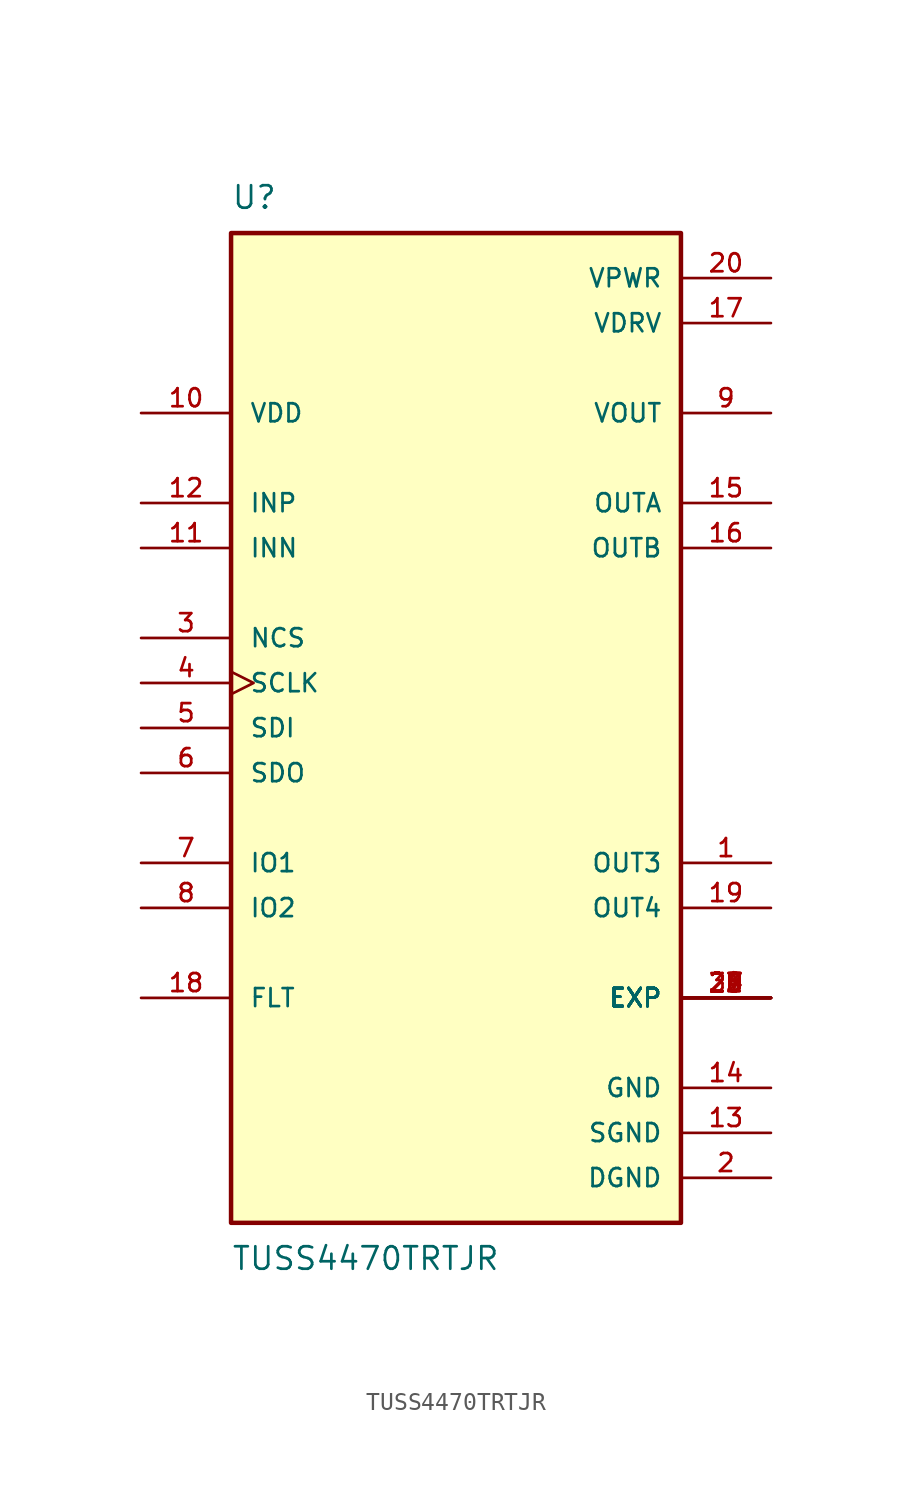
<source format=kicad_sym>
(kicad_symbol_lib
  (version 20211014)
  (generator kicad_symbol_editor)
  (symbol "TUSS4470TRTJR"
    (pin_names
      (offset 1.016))
    (property "Reference" "U"
      (at -12.7 29.21 0)
      (effects (font (size 1.27 1.27)) (justify bottom left)))
    (property "Value" "TUSS4470TRTJR"
      (at -12.7 -29.21 0.0)
      (effects (font (size 1.27 1.27)) (justify top left)))
    (symbol "TUSS4470TRTJR_0_0"
      (rectangle (start -12.7 -27.94) (end 12.7 27.94) (stroke (width 0.254)) (fill (type background)))
      (pin output line (at 17.78 -7.62 180.0) (length 5.08) (name "OUT3" (effects (font (size 1.016 1.016)))) (number "1" (effects (font (size 1.016 1.016)))))
      (pin power_in line (at 17.78 -25.4 180.0) (length 5.08) (name "DGND" (effects (font (size 1.016 1.016)))) (number "2" (effects (font (size 1.016 1.016)))))
      (pin input line (at -17.78 5.08 0) (length 5.08) (name "NCS" (effects (font (size 1.016 1.016)))) (number "3" (effects (font (size 1.016 1.016)))))
      (pin input clock (at -17.78 2.54 0) (length 5.08) (name "SCLK" (effects (font (size 1.016 1.016)))) (number "4" (effects (font (size 1.016 1.016)))))
      (pin input line (at -17.78 0.0 0) (length 5.08) (name "SDI" (effects (font (size 1.016 1.016)))) (number "5" (effects (font (size 1.016 1.016)))))
      (pin output line (at -17.78 -2.54 0) (length 5.08) (name "SDO" (effects (font (size 1.016 1.016)))) (number "6" (effects (font (size 1.016 1.016)))))
      (pin bidirectional line (at -17.78 -7.62 0) (length 5.08) (name "IO1" (effects (font (size 1.016 1.016)))) (number "7" (effects (font (size 1.016 1.016)))))
      (pin bidirectional line (at -17.78 -10.16 0) (length 5.08) (name "IO2" (effects (font (size 1.016 1.016)))) (number "8" (effects (font (size 1.016 1.016)))))
      (pin output line (at 17.78 17.78 180.0) (length 5.08) (name "VOUT" (effects (font (size 1.016 1.016)))) (number "9" (effects (font (size 1.016 1.016)))))
      (pin input line (at -17.78 17.78 0) (length 5.08) (name "VDD" (effects (font (size 1.016 1.016)))) (number "10" (effects (font (size 1.016 1.016)))))
      (pin input line (at -17.78 10.16 0) (length 5.08) (name "INN" (effects (font (size 1.016 1.016)))) (number "11" (effects (font (size 1.016 1.016)))))
      (pin input line (at -17.78 12.7 0) (length 5.08) (name "INP" (effects (font (size 1.016 1.016)))) (number "12" (effects (font (size 1.016 1.016)))))
      (pin power_in line (at 17.78 -22.86 180.0) (length 5.08) (name "SGND" (effects (font (size 1.016 1.016)))) (number "13" (effects (font (size 1.016 1.016)))))
      (pin power_in line (at 17.78 -20.32 180.0) (length 5.08) (name "GND" (effects (font (size 1.016 1.016)))) (number "14" (effects (font (size 1.016 1.016)))))
      (pin output line (at 17.78 12.7 180.0) (length 5.08) (name "OUTA" (effects (font (size 1.016 1.016)))) (number "15" (effects (font (size 1.016 1.016)))))
      (pin output line (at 17.78 10.16 180.0) (length 5.08) (name "OUTB" (effects (font (size 1.016 1.016)))) (number "16" (effects (font (size 1.016 1.016)))))
      (pin power_in line (at 17.78 22.86 180.0) (length 5.08) (name "VDRV" (effects (font (size 1.016 1.016)))) (number "17" (effects (font (size 1.016 1.016)))))
      (pin bidirectional line (at -17.78 -15.24 0) (length 5.08) (name "FLT" (effects (font (size 1.016 1.016)))) (number "18" (effects (font (size 1.016 1.016)))))
      (pin output line (at 17.78 -10.16 180.0) (length 5.08) (name "OUT4" (effects (font (size 1.016 1.016)))) (number "19" (effects (font (size 1.016 1.016)))))
      (pin power_in line (at 17.78 25.4 180.0) (length 5.08) (name "VPWR" (effects (font (size 1.016 1.016)))) (number "20" (effects (font (size 1.016 1.016)))))
      (pin passive line (at 17.78 -15.24 180.0) (length 5.08) (name "EXP" (effects (font (size 1.016 1.016)))) (number "21" (effects (font (size 1.016 1.016)))))
      (pin passive line (at 17.78 -15.24 180.0) (length 5.08) (name "EXP" (effects (font (size 1.016 1.016)))) (number "22" (effects (font (size 1.016 1.016)))))
      (pin passive line (at 17.78 -15.24 180.0) (length 5.08) (name "EXP" (effects (font (size 1.016 1.016)))) (number "23" (effects (font (size 1.016 1.016)))))
      (pin passive line (at 17.78 -15.24 180.0) (length 5.08) (name "EXP" (effects (font (size 1.016 1.016)))) (number "24" (effects (font (size 1.016 1.016)))))
      (pin passive line (at 17.78 -15.24 180.0) (length 5.08) (name "EXP" (effects (font (size 1.016 1.016)))) (number "25" (effects (font (size 1.016 1.016)))))
      (pin passive line (at 17.78 -15.24 180.0) (length 5.08) (name "EXP" (effects (font (size 1.016 1.016)))) (number "26" (effects (font (size 1.016 1.016)))))
      (pin passive line (at 17.78 -15.24 180.0) (length 5.08) (name "EXP" (effects (font (size 1.016 1.016)))) (number "27" (effects (font (size 1.016 1.016)))))
      (pin passive line (at 17.78 -15.24 180.0) (length 5.08) (name "EXP" (effects (font (size 1.016 1.016)))) (number "28" (effects (font (size 1.016 1.016)))))
      (pin passive line (at 17.78 -15.24 180.0) (length 5.08) (name "EXP" (effects (font (size 1.016 1.016)))) (number "29" (effects (font (size 1.016 1.016)))))
      (pin passive line (at 17.78 -15.24 180.0) (length 5.08) (name "EXP" (effects (font (size 1.016 1.016)))) (number "30" (effects (font (size 1.016 1.016))))))))
</source>
